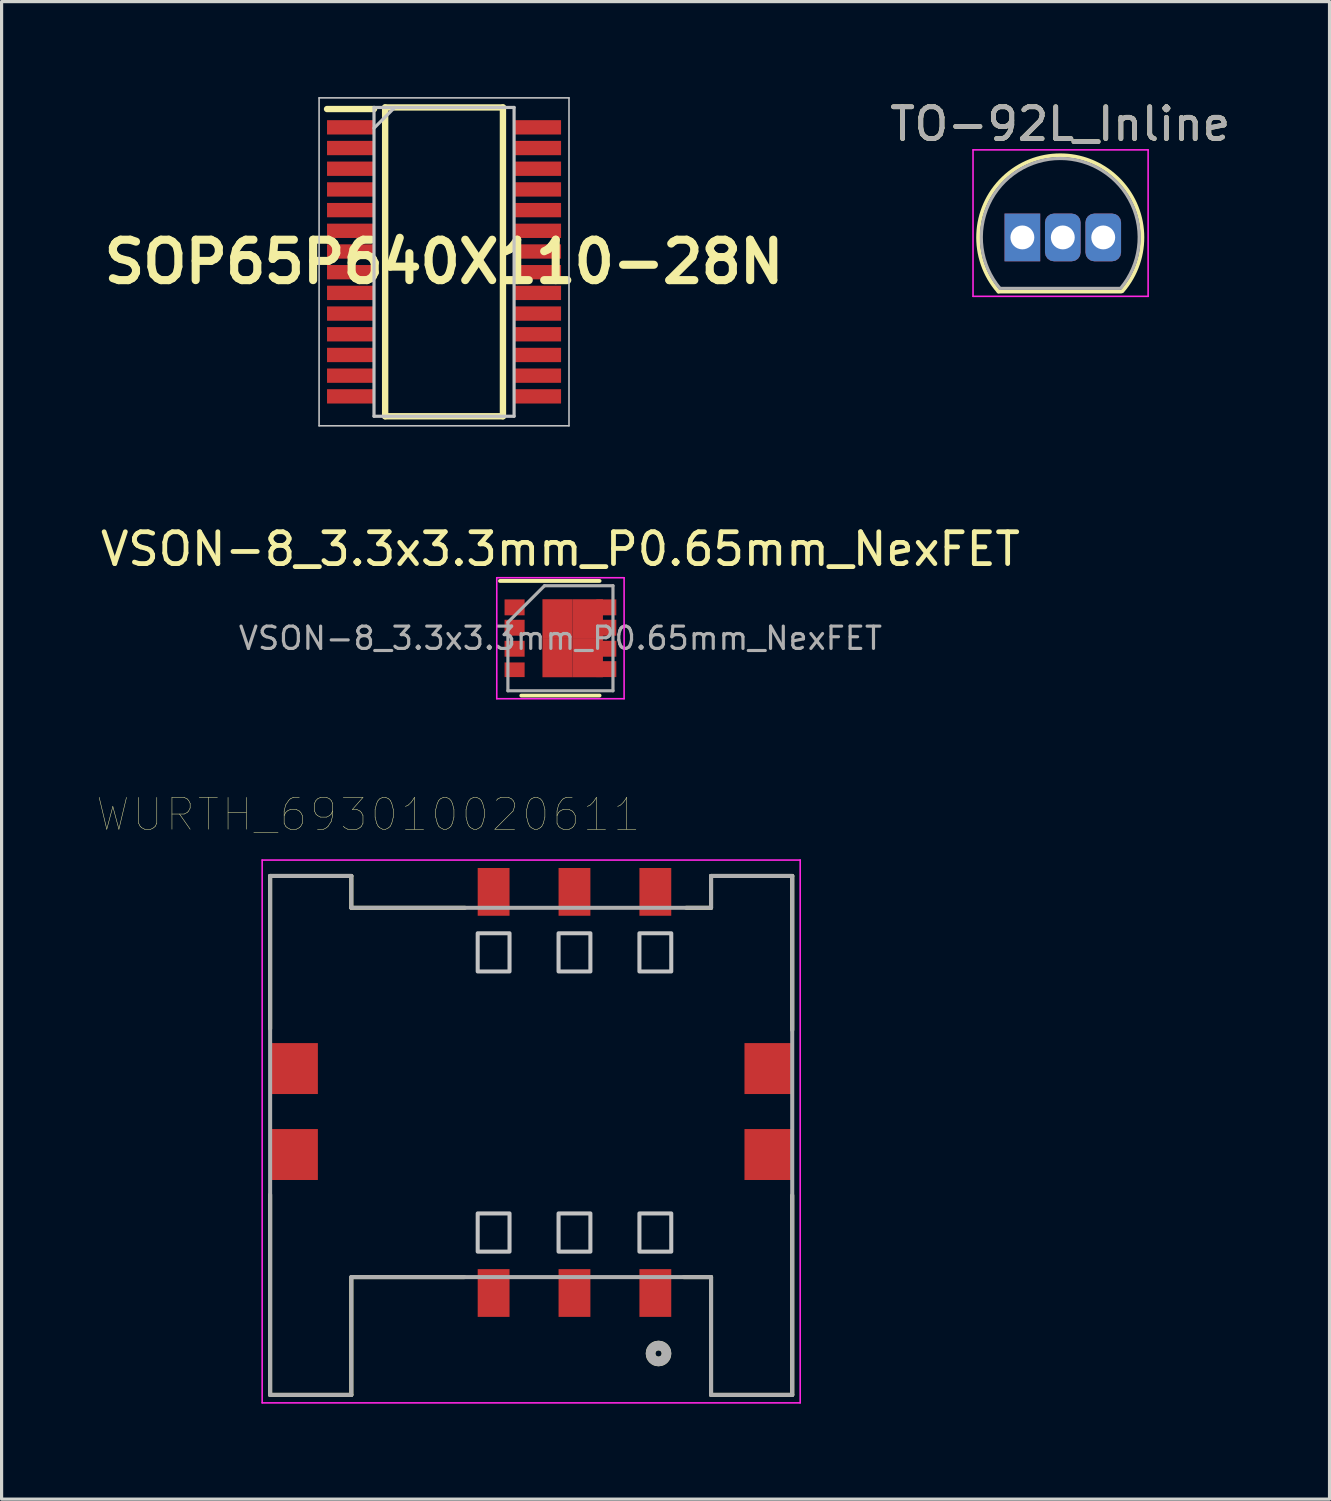
<source format=kicad_pcb>
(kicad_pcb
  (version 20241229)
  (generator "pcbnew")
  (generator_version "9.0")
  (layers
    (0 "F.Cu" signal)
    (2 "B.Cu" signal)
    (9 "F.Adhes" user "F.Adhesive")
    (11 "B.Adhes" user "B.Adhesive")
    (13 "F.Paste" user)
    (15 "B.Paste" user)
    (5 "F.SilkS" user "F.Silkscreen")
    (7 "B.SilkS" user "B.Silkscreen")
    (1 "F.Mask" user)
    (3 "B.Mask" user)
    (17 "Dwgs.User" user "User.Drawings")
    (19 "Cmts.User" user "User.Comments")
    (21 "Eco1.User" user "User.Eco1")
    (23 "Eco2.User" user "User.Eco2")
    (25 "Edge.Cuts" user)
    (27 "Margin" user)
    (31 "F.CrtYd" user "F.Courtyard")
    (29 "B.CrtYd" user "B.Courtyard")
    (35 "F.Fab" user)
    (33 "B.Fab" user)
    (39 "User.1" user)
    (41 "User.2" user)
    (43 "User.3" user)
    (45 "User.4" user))
  (footprint "TO-92L_Inline"
    (layer "F.Cu")
    (at 29.064 4.408)
    (property "Reference" "TO-92L_Inline" (at 1.19 -3.56 0) (layer "F.SilkS") (effects (font (size 1 1) (thickness 0.15))))
    (attr through_hole)
    (fp_line (start -0.75 1.7) (end 3.1 1.7) (stroke (width 0.12) (type solid)) (layer "F.SilkS"))
    (fp_arc (start -0.75 1.7) (mid 1.183448 -2.579449) (end 3.138611 1.690122) (stroke (width 0.12) (type solid)) (layer "F.SilkS"))
    (fp_line (start -1.55 -2.75) (end -1.55 1.85) (stroke (width 0.05) (type solid)) (layer "F.CrtYd"))
    (fp_line (start -1.55 -2.75) (end 3.95 -2.75) (stroke (width 0.05) (type solid)) (layer "F.CrtYd"))
    (fp_line (start 3.95 1.85) (end -1.55 1.85) (stroke (width 0.05) (type solid)) (layer "F.CrtYd"))
    (fp_line (start 3.95 1.85) (end 3.95 -2.75) (stroke (width 0.05) (type solid)) (layer "F.CrtYd"))
    (fp_line (start -0.7 1.6) (end 3.05 1.6) (stroke (width 0.1) (type solid)) (layer "F.Fab"))
    (fp_arc (start -0.702818 1.602385) (mid -1.059924 -1.043188) (end 1.19 -2.48) (stroke (width 0.1) (type solid)) (layer "F.Fab"))
    (fp_arc (start 1.19 -2.48) (mid 3.437211 -1.049019) (end 3.091103 1.592547) (stroke (width 0.1) (type solid)) (layer "F.Fab"))
    (fp_text user "${REFERENCE}" (at 1.19 -3.56 0) (layer "F.Fab") (effects (font (size 1 1) (thickness 0.15))))
    (pad "1" thru_hole rect (at 0 0) (size 1.12 1.5) (drill 0.75) (layers "*.Cu" "*.Mask"))
    (pad "2" thru_hole roundrect (at 1.27 0) (size 1.12 1.5) (drill 0.75) (layers "*.Cu" "*.Mask") (roundrect_rratio 0.25))
    (pad "3" thru_hole roundrect (at 2.54 0) (size 1.12 1.5) (drill 0.75) (layers "*.Cu" "*.Mask") (roundrect_rratio 0.25)))
  (footprint "VSON-8_3.3x3.3mm_P0.65mm_NexFET"
    (layer "F.Cu")
    (at 14.554 16.998)
    (property "Reference" "VSON-8_3.3x3.3mm_P0.65mm_NexFET" (at 0 -2.8 0) (layer "F.SilkS") (effects (font (size 1 1) (thickness 0.15))))
    (attr smd)
    (fp_line (start -1.9 -1.8) (end 1.23 -1.8) (stroke (width 0.12) (type solid)) (layer "F.SilkS"))
    (fp_line (start -1.23 1.8) (end 1.23 1.8) (stroke (width 0.12) (type solid)) (layer "F.SilkS"))
    (fp_line (start -2 -1.9) (end -2 1.9) (stroke (width 0.05) (type solid)) (layer "F.CrtYd"))
    (fp_line (start -2 -1.9) (end 2 -1.9) (stroke (width 0.05) (type solid)) (layer "F.CrtYd"))
    (fp_line (start -2 1.9) (end 2 1.9) (stroke (width 0.05) (type solid)) (layer "F.CrtYd"))
    (fp_line (start 2 -1.9) (end 2 1.9) (stroke (width 0.05) (type solid)) (layer "F.CrtYd"))
    (fp_line (start -1.65 -0.5) (end -0.5 -1.65) (stroke (width 0.1) (type solid)) (layer "F.Fab"))
    (fp_line (start -1.65 1.65) (end -1.65 -0.5) (stroke (width 0.1) (type solid)) (layer "F.Fab"))
    (fp_line (start -0.5 -1.65) (end 1.65 -1.65) (stroke (width 0.1) (type solid)) (layer "F.Fab"))
    (fp_line (start 1.65 -1.65) (end 1.65 1.65) (stroke (width 0.1) (type solid)) (layer "F.Fab"))
    (fp_line (start 1.65 1.65) (end -1.65 1.65) (stroke (width 0.1) (type solid)) (layer "F.Fab"))
    (fp_text user "${REFERENCE}" (at 0 0 0) (layer "F.Fab") (effects (font (size 0.7 0.7) (thickness 0.1))))
    (pad "1" smd rect (at -1.44 -0.97) (size 0.63 0.5) (layers "F.Cu" "F.Mask" "F.Paste"))
    (pad "2" smd rect (at -1.44 -0.33) (size 0.63 0.5) (layers "F.Cu" "F.Mask" "F.Paste"))
    (pad "3" smd rect (at -1.44 0.33) (size 0.63 0.5) (layers "F.Cu" "F.Mask" "F.Paste"))
    (pad "4" smd rect (at -1.44 0.99) (size 0.63 0.46) (layers "F.Cu" "F.Mask" "F.Paste"))
    (pad "5" smd rect (at -0.09 -0.61) (size 0.95 1.23) (layers "F.Cu" "F.Mask" "F.Paste"))
    (pad "5" smd rect (at -0.09 0.61) (size 0.95 1.23) (layers "F.Cu" "F.Mask" "F.Paste"))
    (pad "5" smd rect (at 0.86 -0.61) (size 0.95 1.23) (layers "F.Cu" "F.Mask" "F.Paste"))
    (pad "5" smd rect (at 0.86 0.61) (size 0.95 1.23) (layers "F.Cu" "F.Mask" "F.Paste"))
    (pad "5" smd rect (at 1.44 -0.97) (size 0.63 0.5) (layers "F.Cu" "F.Mask" "F.Paste"))
    (pad "5" smd rect (at 1.44 -0.33) (size 0.63 0.5) (layers "F.Cu" "F.Mask" "F.Paste"))
    (pad "5" smd rect (at 1.44 0.33) (size 0.63 0.5) (layers "F.Cu" "F.Mask" "F.Paste"))
    (pad "5" smd rect (at 1.44 0.97) (size 0.63 0.5) (layers "F.Cu" "F.Mask" "F.Paste")))
  (footprint "SOP65P640X110-28N"
    (layer "F.Cu")
    (at 10.898 5.175)
    (property "Reference" "SOP65P640X110-28N" (at 0 0 0) (layer "F.SilkS") (effects (font (size 1.27 1.27) (thickness 0.254))))
    (attr smd)
    (fp_line (start -3.675 -4.8) (end -2.2 -4.8) (stroke (width 0.2) (type solid)) (layer "F.SilkS"))
    (fp_line (start -1.85 -4.85) (end 1.85 -4.85) (stroke (width 0.2) (type solid)) (layer "F.SilkS"))
    (fp_line (start -1.85 4.85) (end -1.85 -4.85) (stroke (width 0.2) (type solid)) (layer "F.SilkS"))
    (fp_line (start 1.85 -4.85) (end 1.85 4.85) (stroke (width 0.2) (type solid)) (layer "F.SilkS"))
    (fp_line (start 1.85 4.85) (end -1.85 4.85) (stroke (width 0.2) (type solid)) (layer "F.SilkS"))
    (fp_line (start -3.925 -5.15) (end 3.925 -5.15) (stroke (width 0.05) (type solid)) (layer "Dwgs.User"))
    (fp_line (start -3.925 5.15) (end -3.925 -5.15) (stroke (width 0.05) (type solid)) (layer "Dwgs.User"))
    (fp_line (start -2.2 -4.85) (end 2.2 -4.85) (stroke (width 0.1) (type solid)) (layer "Dwgs.User"))
    (fp_line (start -2.2 -4.2) (end -1.55 -4.85) (stroke (width 0.1) (type solid)) (layer "Dwgs.User"))
    (fp_line (start -2.2 4.85) (end -2.2 -4.85) (stroke (width 0.1) (type solid)) (layer "Dwgs.User"))
    (fp_line (start 2.2 -4.85) (end 2.2 4.85) (stroke (width 0.1) (type solid)) (layer "Dwgs.User"))
    (fp_line (start 2.2 4.85) (end -2.2 4.85) (stroke (width 0.1) (type solid)) (layer "Dwgs.User"))
    (fp_line (start 3.925 -5.15) (end 3.925 5.15) (stroke (width 0.05) (type solid)) (layer "Dwgs.User"))
    (fp_line (start 3.925 5.15) (end -3.925 5.15) (stroke (width 0.05) (type solid)) (layer "Dwgs.User"))
    (pad "1" smd rect (at -2.938 -4.225 90) (size 0.45 1.475) (layers "F.Cu" "F.Mask" "F.Paste"))
    (pad "2" smd rect (at -2.938 -3.575 90) (size 0.45 1.475) (layers "F.Cu" "F.Mask" "F.Paste"))
    (pad "3" smd rect (at -2.938 -2.925 90) (size 0.45 1.475) (layers "F.Cu" "F.Mask" "F.Paste"))
    (pad "4" smd rect (at -2.938 -2.275 90) (size 0.45 1.475) (layers "F.Cu" "F.Mask" "F.Paste"))
    (pad "5" smd rect (at -2.938 -1.625 90) (size 0.45 1.475) (layers "F.Cu" "F.Mask" "F.Paste"))
    (pad "6" smd rect (at -2.938 -0.975 90) (size 0.45 1.475) (layers "F.Cu" "F.Mask" "F.Paste"))
    (pad "7" smd rect (at -2.938 -0.325 90) (size 0.45 1.475) (layers "F.Cu" "F.Mask" "F.Paste"))
    (pad "8" smd rect (at -2.938 0.325 90) (size 0.45 1.475) (layers "F.Cu" "F.Mask" "F.Paste"))
    (pad "9" smd rect (at -2.938 0.975 90) (size 0.45 1.475) (layers "F.Cu" "F.Mask" "F.Paste"))
    (pad "10" smd rect (at -2.938 1.625 90) (size 0.45 1.475) (layers "F.Cu" "F.Mask" "F.Paste"))
    (pad "11" smd rect (at -2.938 2.275 90) (size 0.45 1.475) (layers "F.Cu" "F.Mask" "F.Paste"))
    (pad "12" smd rect (at -2.938 2.925 90) (size 0.45 1.475) (layers "F.Cu" "F.Mask" "F.Paste"))
    (pad "13" smd rect (at -2.938 3.575 90) (size 0.45 1.475) (layers "F.Cu" "F.Mask" "F.Paste"))
    (pad "14" smd rect (at -2.938 4.225 90) (size 0.45 1.475) (layers "F.Cu" "F.Mask" "F.Paste"))
    (pad "15" smd rect (at 2.938 4.225 90) (size 0.45 1.475) (layers "F.Cu" "F.Mask" "F.Paste"))
    (pad "16" smd rect (at 2.938 3.575 90) (size 0.45 1.475) (layers "F.Cu" "F.Mask" "F.Paste"))
    (pad "17" smd rect (at 2.938 2.925 90) (size 0.45 1.475) (layers "F.Cu" "F.Mask" "F.Paste"))
    (pad "18" smd rect (at 2.938 2.275 90) (size 0.45 1.475) (layers "F.Cu" "F.Mask" "F.Paste"))
    (pad "19" smd rect (at 2.938 1.625 90) (size 0.45 1.475) (layers "F.Cu" "F.Mask" "F.Paste"))
    (pad "20" smd rect (at 2.938 0.975 90) (size 0.45 1.475) (layers "F.Cu" "F.Mask" "F.Paste"))
    (pad "21" smd rect (at 2.938 0.325 90) (size 0.45 1.475) (layers "F.Cu" "F.Mask" "F.Paste"))
    (pad "22" smd rect (at 2.938 -0.325 90) (size 0.45 1.475) (layers "F.Cu" "F.Mask" "F.Paste"))
    (pad "23" smd rect (at 2.938 -0.975 90) (size 0.45 1.475) (layers "F.Cu" "F.Mask" "F.Paste"))
    (pad "24" smd rect (at 2.938 -1.625 90) (size 0.45 1.475) (layers "F.Cu" "F.Mask" "F.Paste"))
    (pad "25" smd rect (at 2.938 -2.275 90) (size 0.45 1.475) (layers "F.Cu" "F.Mask" "F.Paste"))
    (pad "26" smd rect (at 2.938 -2.925 90) (size 0.45 1.475) (layers "F.Cu" "F.Mask" "F.Paste"))
    (pad "27" smd rect (at 2.938 -3.575 90) (size 0.45 1.475) (layers "F.Cu" "F.Mask" "F.Paste"))
    (pad "28" smd rect (at 2.938 -4.225 90) (size 0.45 1.475) (layers "F.Cu" "F.Mask" "F.Paste")))
  (footprint "WURTH_693010020611"
    (layer "F.Cu")
    (at 13.635 31.265)
    (property "Reference" "WURTH_693010020611" (at -5.117 -8.73 0) (layer "F.SilkS") (effects (font (size 1 1) (thickness 0.015))))
    (attr through_hole)
    (fp_line (start -8.2 -6.8) (end -5.65 -6.8) (stroke (width 0.127) (type solid)) (layer "F.SilkS"))
    (fp_line (start -8.2 -2) (end -8.2 -6.8) (stroke (width 0.127) (type solid)) (layer "F.SilkS"))
    (fp_line (start -8.2 3.21) (end -8.2 9.5) (stroke (width 0.127) (type solid)) (layer "F.SilkS"))
    (fp_line (start -8.2 9.5) (end -5.65 9.5) (stroke (width 0.127) (type solid)) (layer "F.SilkS"))
    (fp_line (start -5.65 -6.8) (end -5.65 -5.8) (stroke (width 0.127) (type solid)) (layer "F.SilkS"))
    (fp_line (start -5.65 5.8) (end -5.65 9.5) (stroke (width 0.127) (type solid)) (layer "F.SilkS"))
    (fp_line (start -2.1 5.8) (end -5.63 5.8) (stroke (width 0.127) (type solid)) (layer "F.SilkS"))
    (fp_line (start -2.08 -5.8) (end -5.65 -5.8) (stroke (width 0.127) (type solid)) (layer "F.SilkS"))
    (fp_line (start 4.79 5.8) (end 5.65 5.8) (stroke (width 0.127) (type solid)) (layer "F.SilkS"))
    (fp_line (start 4.87 -5.8) (end 5.65 -5.8) (stroke (width 0.127) (type solid)) (layer "F.SilkS"))
    (fp_line (start 5.65 -5.8) (end 5.65 -6.8) (stroke (width 0.127) (type solid)) (layer "F.SilkS"))
    (fp_line (start 5.65 9.5) (end 5.65 5.8) (stroke (width 0.127) (type solid)) (layer "F.SilkS"))
    (fp_line (start 8.2 -6.8) (end 5.65 -6.8) (stroke (width 0.127) (type solid)) (layer "F.SilkS"))
    (fp_line (start 8.2 -1.96) (end 8.2 -6.8) (stroke (width 0.127) (type solid)) (layer "F.SilkS"))
    (fp_line (start 8.2 3.23) (end 8.2 9.5) (stroke (width 0.127) (type solid)) (layer "F.SilkS"))
    (fp_line (start 8.2 9.5) (end 5.65 9.5) (stroke (width 0.127) (type solid)) (layer "F.SilkS"))
    (fp_circle (center 4 8.2) (end 4.1 8.2) (stroke (width 0.3) (type solid)) (fill no) (layer "F.SilkS"))
    (fp_poly (pts (xy -1.68 -5) (xy -0.68 -5) (xy -0.68 -3.8) (xy -1.68 -3.8)) (stroke (width 0.127) (type solid)) (fill no) (layer "Dwgs.User"))
    (fp_poly (pts (xy -1.68 3.8) (xy -0.68 3.8) (xy -0.68 5) (xy -1.68 5)) (stroke (width 0.127) (type solid)) (fill no) (layer "Dwgs.User"))
    (fp_poly (pts (xy 0.86 -5) (xy 1.86 -5) (xy 1.86 -3.8) (xy 0.86 -3.8)) (stroke (width 0.127) (type solid)) (fill no) (layer "Dwgs.User"))
    (fp_poly (pts (xy 0.86 3.8) (xy 1.86 3.8) (xy 1.86 5) (xy 0.86 5)) (stroke (width 0.127) (type solid)) (fill no) (layer "Dwgs.User"))
    (fp_poly (pts (xy 3.4 -5) (xy 4.4 -5) (xy 4.4 -3.8) (xy 3.4 -3.8)) (stroke (width 0.127) (type solid)) (fill no) (layer "Dwgs.User"))
    (fp_poly (pts (xy 3.4 3.8) (xy 4.4 3.8) (xy 4.4 5) (xy 3.4 5)) (stroke (width 0.127) (type solid)) (fill no) (layer "Dwgs.User"))
    (fp_line (start -8.45 -7.3) (end 8.45 -7.3) (stroke (width 0.05) (type solid)) (layer "F.CrtYd"))
    (fp_line (start -8.45 9.75) (end -8.45 -7.3) (stroke (width 0.05) (type solid)) (layer "F.CrtYd"))
    (fp_line (start 8.45 -7.3) (end 8.45 9.75) (stroke (width 0.05) (type solid)) (layer "F.CrtYd"))
    (fp_line (start 8.45 9.75) (end -8.45 9.75) (stroke (width 0.05) (type solid)) (layer "F.CrtYd"))
    (fp_line (start -8.2 -6.8) (end -8.2 9.5) (stroke (width 0.127) (type solid)) (layer "F.Fab"))
    (fp_line (start -8.2 -6.8) (end -5.65 -6.8) (stroke (width 0.127) (type solid)) (layer "F.Fab"))
    (fp_line (start -8.2 9.5) (end -5.65 9.5) (stroke (width 0.127) (type solid)) (layer "F.Fab"))
    (fp_line (start -5.65 -6.8) (end -5.65 -5.8) (stroke (width 0.127) (type solid)) (layer "F.Fab"))
    (fp_line (start -5.65 -5.8) (end 5.65 -5.8) (stroke (width 0.127) (type solid)) (layer "F.Fab"))
    (fp_line (start -5.65 9.5) (end -5.65 5.8) (stroke (width 0.127) (type solid)) (layer "F.Fab"))
    (fp_line (start 5.65 -6.8) (end 5.65 -5.8) (stroke (width 0.127) (type solid)) (layer "F.Fab"))
    (fp_line (start 5.65 5.8) (end -5.65 5.8) (stroke (width 0.127) (type solid)) (layer "F.Fab"))
    (fp_line (start 5.65 9.5) (end 5.65 5.8) (stroke (width 0.127) (type solid)) (layer "F.Fab"))
    (fp_line (start 8.2 -6.8) (end 5.65 -6.8) (stroke (width 0.127) (type solid)) (layer "F.Fab"))
    (fp_line (start 8.2 9.5) (end 5.65 9.5) (stroke (width 0.127) (type solid)) (layer "F.Fab"))
    (fp_line (start 8.2 9.5) (end 8.2 -6.8) (stroke (width 0.127) (type solid)) (layer "F.Fab"))
    (fp_circle (center 4 8.2) (end 4.1 8.2) (stroke (width 0.3) (type solid)) (fill no) (layer "F.Fab"))
    (pad "1" smd rect (at 3.9 6.3) (size 1 1.5) (layers "F.Cu" "F.Mask" "F.Paste"))
    (pad "2" smd rect (at 1.36 6.3) (size 1 1.5) (layers "F.Cu" "F.Mask" "F.Paste"))
    (pad "3" smd rect (at -1.18 6.3) (size 1 1.5) (layers "F.Cu" "F.Mask" "F.Paste"))
    (pad "5" smd rect (at 3.9 -6.3) (size 1 1.5) (layers "F.Cu" "F.Mask" "F.Paste"))
    (pad "6" smd rect (at 1.36 -6.3) (size 1 1.5) (layers "F.Cu" "F.Mask" "F.Paste"))
    (pad "7" smd rect (at -1.18 -6.3) (size 1 1.5) (layers "F.Cu" "F.Mask" "F.Paste"))
    (pad "S1" smd rect (at -7.45 -0.75) (size 1.5 1.6) (layers "F.Cu" "F.Mask" "F.Paste"))
    (pad "S2" smd rect (at -7.45 1.95) (size 1.5 1.6) (layers "F.Cu" "F.Mask" "F.Paste"))
    (pad "S3" smd rect (at 7.45 -0.75) (size 1.5 1.6) (layers "F.Cu" "F.Mask" "F.Paste"))
    (pad "S4" smd rect (at 7.45 1.95) (size 1.5 1.6) (layers "F.Cu" "F.Mask" "F.Paste")))
  (gr_rect
    (start -3 -3)
    (end 38.712 44.04)
    (stroke (width 0.1) (type default))
    (fill no)
    (layer "Edge.Cuts")))
</source>
